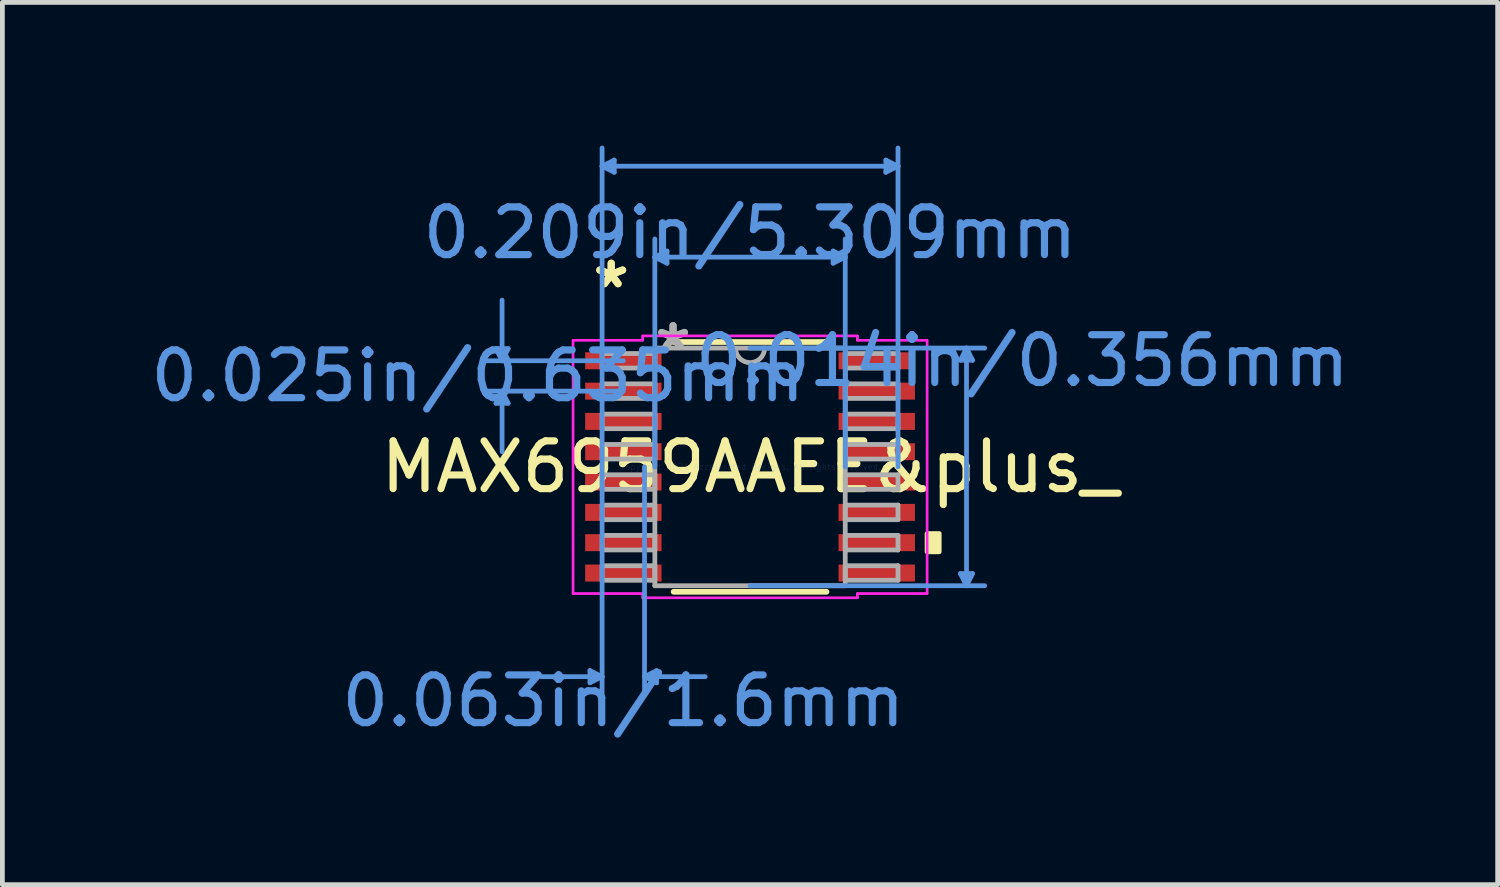
<source format=kicad_pcb>
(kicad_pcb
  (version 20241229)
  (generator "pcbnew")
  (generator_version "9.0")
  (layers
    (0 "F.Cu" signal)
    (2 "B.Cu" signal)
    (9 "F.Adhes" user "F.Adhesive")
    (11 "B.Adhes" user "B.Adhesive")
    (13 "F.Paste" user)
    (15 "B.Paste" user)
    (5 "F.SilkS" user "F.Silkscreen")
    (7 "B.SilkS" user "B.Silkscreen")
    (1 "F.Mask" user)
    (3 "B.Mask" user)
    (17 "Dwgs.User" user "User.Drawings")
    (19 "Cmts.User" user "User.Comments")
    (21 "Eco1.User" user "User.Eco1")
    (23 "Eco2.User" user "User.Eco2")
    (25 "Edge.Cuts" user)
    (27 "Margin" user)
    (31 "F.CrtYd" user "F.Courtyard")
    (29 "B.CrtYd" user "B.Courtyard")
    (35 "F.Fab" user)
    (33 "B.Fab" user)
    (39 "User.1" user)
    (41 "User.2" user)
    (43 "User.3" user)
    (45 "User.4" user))
  (footprint "MAX6959AAEE&plus_"
    (layer "F.Cu")
    (at 12.661 6.73)
    (property "Reference" "MAX6959AAEE&plus_" (at 0 0 0) (layer "F.SilkS") (effects (font (size 1 1) (thickness 0.15))))
    (attr through_hole)
    (fp_line (start -1.601 2.616) (end 1.601 2.616) (stroke (width 0.12) (type solid)) (layer "F.SilkS"))
    (fp_line (start 1.601 -2.616) (end -1.601 -2.616) (stroke (width 0.12) (type solid)) (layer "F.SilkS"))
    (fp_poly (pts (xy 3.962 1.397) (xy 3.962 1.778) (xy 3.708 1.778) (xy 3.708 1.397)) (stroke (width 0.1) (type solid)) (fill yes) (layer "F.SilkS"))
    (fp_line (start -5.321 -2.477) (end -5.067 -2.477) (stroke (width 0.1) (type solid)) (layer "Cmts.User"))
    (fp_line (start -5.321 -1.333) (end -5.067 -1.333) (stroke (width 0.1) (type solid)) (layer "Cmts.User"))
    (fp_line (start -5.194 -2.223) (end -5.321 -2.477) (stroke (width 0.1) (type solid)) (layer "Cmts.User"))
    (fp_line (start -5.194 -2.223) (end -5.194 -3.493) (stroke (width 0.1) (type solid)) (layer "Cmts.User"))
    (fp_line (start -5.194 -2.223) (end -5.067 -2.477) (stroke (width 0.1) (type solid)) (layer "Cmts.User"))
    (fp_line (start -5.194 -1.587) (end -5.321 -1.333) (stroke (width 0.1) (type solid)) (layer "Cmts.User"))
    (fp_line (start -5.194 -1.587) (end -5.194 -0.318) (stroke (width 0.1) (type solid)) (layer "Cmts.User"))
    (fp_line (start -5.194 -1.587) (end -5.067 -1.333) (stroke (width 0.1) (type solid)) (layer "Cmts.User"))
    (fp_line (start -3.353 4.267) (end -3.353 4.521) (stroke (width 0.1) (type solid)) (layer "Cmts.User"))
    (fp_line (start -3.099 -6.299) (end -2.845 -6.426) (stroke (width 0.1) (type solid)) (layer "Cmts.User"))
    (fp_line (start -3.099 -6.299) (end -2.845 -6.172) (stroke (width 0.1) (type solid)) (layer "Cmts.User"))
    (fp_line (start -3.099 -6.299) (end 3.099 -6.299) (stroke (width 0.1) (type solid)) (layer "Cmts.User"))
    (fp_line (start -3.099 0) (end -3.099 -6.68) (stroke (width 0.1) (type solid)) (layer "Cmts.User"))
    (fp_line (start -3.099 0) (end -3.099 4.775) (stroke (width 0.1) (type solid)) (layer "Cmts.User"))
    (fp_line (start -3.099 4.394) (end -4.369 4.394) (stroke (width 0.1) (type solid)) (layer "Cmts.User"))
    (fp_line (start -3.099 4.394) (end -3.353 4.267) (stroke (width 0.1) (type solid)) (layer "Cmts.User"))
    (fp_line (start -3.099 4.394) (end -3.353 4.521) (stroke (width 0.1) (type solid)) (layer "Cmts.User"))
    (fp_line (start -2.845 -6.426) (end -2.845 -6.172) (stroke (width 0.1) (type solid)) (layer "Cmts.User"))
    (fp_line (start -2.654 -2.223) (end -5.575 -2.223) (stroke (width 0.1) (type solid)) (layer "Cmts.User"))
    (fp_line (start -2.654 -1.587) (end -5.575 -1.587) (stroke (width 0.1) (type solid)) (layer "Cmts.User"))
    (fp_line (start -2.21 0) (end -2.21 4.775) (stroke (width 0.1) (type solid)) (layer "Cmts.User"))
    (fp_line (start -2.21 4.394) (end -1.956 4.267) (stroke (width 0.1) (type solid)) (layer "Cmts.User"))
    (fp_line (start -2.21 4.394) (end -1.956 4.521) (stroke (width 0.1) (type solid)) (layer "Cmts.User"))
    (fp_line (start -2.21 4.394) (end -0.94 4.394) (stroke (width 0.1) (type solid)) (layer "Cmts.User"))
    (fp_line (start -1.994 -4.394) (end -1.74 -4.521) (stroke (width 0.1) (type solid)) (layer "Cmts.User"))
    (fp_line (start -1.994 -4.394) (end -1.74 -4.267) (stroke (width 0.1) (type solid)) (layer "Cmts.User"))
    (fp_line (start -1.994 -4.394) (end 1.994 -4.394) (stroke (width 0.1) (type solid)) (layer "Cmts.User"))
    (fp_line (start -1.994 0) (end -1.994 -4.775) (stroke (width 0.1) (type solid)) (layer "Cmts.User"))
    (fp_line (start -1.956 4.267) (end -1.956 4.521) (stroke (width 0.1) (type solid)) (layer "Cmts.User"))
    (fp_line (start -1.74 -4.521) (end -1.74 -4.267) (stroke (width 0.1) (type solid)) (layer "Cmts.User"))
    (fp_line (start 0 -2.489) (end 4.915 -2.489) (stroke (width 0.1) (type solid)) (layer "Cmts.User"))
    (fp_line (start 0 2.489) (end 4.915 2.489) (stroke (width 0.1) (type solid)) (layer "Cmts.User"))
    (fp_line (start 1.74 -4.521) (end 1.74 -4.267) (stroke (width 0.1) (type solid)) (layer "Cmts.User"))
    (fp_line (start 1.994 -4.394) (end 1.74 -4.521) (stroke (width 0.1) (type solid)) (layer "Cmts.User"))
    (fp_line (start 1.994 -4.394) (end 1.74 -4.267) (stroke (width 0.1) (type solid)) (layer "Cmts.User"))
    (fp_line (start 1.994 0) (end 1.994 -4.775) (stroke (width 0.1) (type solid)) (layer "Cmts.User"))
    (fp_line (start 2.845 -6.426) (end 2.845 -6.172) (stroke (width 0.1) (type solid)) (layer "Cmts.User"))
    (fp_line (start 3.099 -6.299) (end 2.845 -6.426) (stroke (width 0.1) (type solid)) (layer "Cmts.User"))
    (fp_line (start 3.099 -6.299) (end 2.845 -6.172) (stroke (width 0.1) (type solid)) (layer "Cmts.User"))
    (fp_line (start 3.099 0) (end 3.099 -6.68) (stroke (width 0.1) (type solid)) (layer "Cmts.User"))
    (fp_line (start 4.407 -2.235) (end 4.661 -2.235) (stroke (width 0.1) (type solid)) (layer "Cmts.User"))
    (fp_line (start 4.407 2.235) (end 4.661 2.235) (stroke (width 0.1) (type solid)) (layer "Cmts.User"))
    (fp_line (start 4.534 -2.489) (end 4.407 -2.235) (stroke (width 0.1) (type solid)) (layer "Cmts.User"))
    (fp_line (start 4.534 -2.489) (end 4.534 2.489) (stroke (width 0.1) (type solid)) (layer "Cmts.User"))
    (fp_line (start 4.534 -2.489) (end 4.661 -2.235) (stroke (width 0.1) (type solid)) (layer "Cmts.User"))
    (fp_line (start 4.534 2.489) (end 4.407 2.235) (stroke (width 0.1) (type solid)) (layer "Cmts.User"))
    (fp_line (start 4.534 2.489) (end 4.661 2.235) (stroke (width 0.1) (type solid)) (layer "Cmts.User"))
    (fp_line (start -3.708 -2.654) (end -2.248 -2.654) (stroke (width 0.05) (type solid)) (layer "F.CrtYd"))
    (fp_line (start -3.708 -2.654) (end -2.248 -2.654) (stroke (width 0.05) (type solid)) (layer "F.CrtYd"))
    (fp_line (start -3.708 2.654) (end -3.708 -2.654) (stroke (width 0.05) (type solid)) (layer "F.CrtYd"))
    (fp_line (start -3.708 2.654) (end -3.708 -2.654) (stroke (width 0.05) (type solid)) (layer "F.CrtYd"))
    (fp_line (start -3.708 2.654) (end -2.248 2.654) (stroke (width 0.05) (type solid)) (layer "F.CrtYd"))
    (fp_line (start -2.248 -2.743) (end 2.248 -2.743) (stroke (width 0.05) (type solid)) (layer "F.CrtYd"))
    (fp_line (start -2.248 -2.743) (end 2.248 -2.743) (stroke (width 0.05) (type solid)) (layer "F.CrtYd"))
    (fp_line (start -2.248 -2.654) (end -2.248 -2.743) (stroke (width 0.05) (type solid)) (layer "F.CrtYd"))
    (fp_line (start -2.248 -2.654) (end -2.248 -2.743) (stroke (width 0.05) (type solid)) (layer "F.CrtYd"))
    (fp_line (start -2.248 2.654) (end -3.708 2.654) (stroke (width 0.05) (type solid)) (layer "F.CrtYd"))
    (fp_line (start -2.248 2.743) (end -2.248 2.654) (stroke (width 0.05) (type solid)) (layer "F.CrtYd"))
    (fp_line (start -2.248 2.743) (end -2.248 2.654) (stroke (width 0.05) (type solid)) (layer "F.CrtYd"))
    (fp_line (start 2.248 -2.743) (end 2.248 -2.654) (stroke (width 0.05) (type solid)) (layer "F.CrtYd"))
    (fp_line (start 2.248 -2.743) (end 2.248 -2.654) (stroke (width 0.05) (type solid)) (layer "F.CrtYd"))
    (fp_line (start 2.248 -2.654) (end 3.708 -2.654) (stroke (width 0.05) (type solid)) (layer "F.CrtYd"))
    (fp_line (start 2.248 2.654) (end 2.248 2.743) (stroke (width 0.05) (type solid)) (layer "F.CrtYd"))
    (fp_line (start 2.248 2.654) (end 2.248 2.743) (stroke (width 0.05) (type solid)) (layer "F.CrtYd"))
    (fp_line (start 2.248 2.743) (end -2.248 2.743) (stroke (width 0.05) (type solid)) (layer "F.CrtYd"))
    (fp_line (start 2.248 2.743) (end -2.248 2.743) (stroke (width 0.05) (type solid)) (layer "F.CrtYd"))
    (fp_line (start 3.708 -2.654) (end 2.248 -2.654) (stroke (width 0.05) (type solid)) (layer "F.CrtYd"))
    (fp_line (start 3.708 -2.654) (end 3.708 2.654) (stroke (width 0.05) (type solid)) (layer "F.CrtYd"))
    (fp_line (start 3.708 -2.654) (end 3.708 2.654) (stroke (width 0.05) (type solid)) (layer "F.CrtYd"))
    (fp_line (start 3.708 2.654) (end 2.248 2.654) (stroke (width 0.05) (type solid)) (layer "F.CrtYd"))
    (fp_line (start 3.708 2.654) (end 2.248 2.654) (stroke (width 0.05) (type solid)) (layer "F.CrtYd"))
    (fp_line (start -3.099 -2.375) (end -3.099 -2.07) (stroke (width 0.1) (type solid)) (layer "F.Fab"))
    (fp_line (start -3.099 -2.07) (end -1.994 -2.07) (stroke (width 0.1) (type solid)) (layer "F.Fab"))
    (fp_line (start -3.099 -1.74) (end -3.099 -1.435) (stroke (width 0.1) (type solid)) (layer "F.Fab"))
    (fp_line (start -3.099 -1.435) (end -1.994 -1.435) (stroke (width 0.1) (type solid)) (layer "F.Fab"))
    (fp_line (start -3.099 -1.105) (end -3.099 -0.8) (stroke (width 0.1) (type solid)) (layer "F.Fab"))
    (fp_line (start -3.099 -0.8) (end -1.994 -0.8) (stroke (width 0.1) (type solid)) (layer "F.Fab"))
    (fp_line (start -3.099 -0.47) (end -3.099 -0.165) (stroke (width 0.1) (type solid)) (layer "F.Fab"))
    (fp_line (start -3.099 -0.165) (end -1.994 -0.165) (stroke (width 0.1) (type solid)) (layer "F.Fab"))
    (fp_line (start -3.099 0.165) (end -3.099 0.47) (stroke (width 0.1) (type solid)) (layer "F.Fab"))
    (fp_line (start -3.099 0.47) (end -1.994 0.47) (stroke (width 0.1) (type solid)) (layer "F.Fab"))
    (fp_line (start -3.099 0.8) (end -3.099 1.105) (stroke (width 0.1) (type solid)) (layer "F.Fab"))
    (fp_line (start -3.099 1.105) (end -1.994 1.105) (stroke (width 0.1) (type solid)) (layer "F.Fab"))
    (fp_line (start -3.099 1.435) (end -3.099 1.74) (stroke (width 0.1) (type solid)) (layer "F.Fab"))
    (fp_line (start -3.099 1.74) (end -1.994 1.74) (stroke (width 0.1) (type solid)) (layer "F.Fab"))
    (fp_line (start -3.099 2.07) (end -3.099 2.375) (stroke (width 0.1) (type solid)) (layer "F.Fab"))
    (fp_line (start -3.099 2.375) (end -1.994 2.375) (stroke (width 0.1) (type solid)) (layer "F.Fab"))
    (fp_line (start -1.994 -2.489) (end -1.994 2.489) (stroke (width 0.1) (type solid)) (layer "F.Fab"))
    (fp_line (start -1.994 -2.375) (end -3.099 -2.375) (stroke (width 0.1) (type solid)) (layer "F.Fab"))
    (fp_line (start -1.994 -2.07) (end -1.994 -2.375) (stroke (width 0.1) (type solid)) (layer "F.Fab"))
    (fp_line (start -1.994 -1.74) (end -3.099 -1.74) (stroke (width 0.1) (type solid)) (layer "F.Fab"))
    (fp_line (start -1.994 -1.435) (end -1.994 -1.74) (stroke (width 0.1) (type solid)) (layer "F.Fab"))
    (fp_line (start -1.994 -1.105) (end -3.099 -1.105) (stroke (width 0.1) (type solid)) (layer "F.Fab"))
    (fp_line (start -1.994 -0.8) (end -1.994 -1.105) (stroke (width 0.1) (type solid)) (layer "F.Fab"))
    (fp_line (start -1.994 -0.47) (end -3.099 -0.47) (stroke (width 0.1) (type solid)) (layer "F.Fab"))
    (fp_line (start -1.994 -0.165) (end -1.994 -0.47) (stroke (width 0.1) (type solid)) (layer "F.Fab"))
    (fp_line (start -1.994 0.165) (end -3.099 0.165) (stroke (width 0.1) (type solid)) (layer "F.Fab"))
    (fp_line (start -1.994 0.47) (end -1.994 0.165) (stroke (width 0.1) (type solid)) (layer "F.Fab"))
    (fp_line (start -1.994 0.8) (end -3.099 0.8) (stroke (width 0.1) (type solid)) (layer "F.Fab"))
    (fp_line (start -1.994 1.105) (end -1.994 0.8) (stroke (width 0.1) (type solid)) (layer "F.Fab"))
    (fp_line (start -1.994 1.435) (end -3.099 1.435) (stroke (width 0.1) (type solid)) (layer "F.Fab"))
    (fp_line (start -1.994 1.74) (end -1.994 1.435) (stroke (width 0.1) (type solid)) (layer "F.Fab"))
    (fp_line (start -1.994 2.07) (end -3.099 2.07) (stroke (width 0.1) (type solid)) (layer "F.Fab"))
    (fp_line (start -1.994 2.375) (end -1.994 2.07) (stroke (width 0.1) (type solid)) (layer "F.Fab"))
    (fp_line (start -1.994 2.489) (end 1.994 2.489) (stroke (width 0.1) (type solid)) (layer "F.Fab"))
    (fp_line (start 1.994 -2.489) (end -1.994 -2.489) (stroke (width 0.1) (type solid)) (layer "F.Fab"))
    (fp_line (start 1.994 -2.375) (end 1.994 -2.07) (stroke (width 0.1) (type solid)) (layer "F.Fab"))
    (fp_line (start 1.994 -2.07) (end 3.099 -2.07) (stroke (width 0.1) (type solid)) (layer "F.Fab"))
    (fp_line (start 1.994 -1.74) (end 1.994 -1.435) (stroke (width 0.1) (type solid)) (layer "F.Fab"))
    (fp_line (start 1.994 -1.435) (end 3.099 -1.435) (stroke (width 0.1) (type solid)) (layer "F.Fab"))
    (fp_line (start 1.994 -1.105) (end 1.994 -0.8) (stroke (width 0.1) (type solid)) (layer "F.Fab"))
    (fp_line (start 1.994 -0.8) (end 3.099 -0.8) (stroke (width 0.1) (type solid)) (layer "F.Fab"))
    (fp_line (start 1.994 -0.47) (end 1.994 -0.165) (stroke (width 0.1) (type solid)) (layer "F.Fab"))
    (fp_line (start 1.994 -0.165) (end 3.099 -0.165) (stroke (width 0.1) (type solid)) (layer "F.Fab"))
    (fp_line (start 1.994 0.165) (end 1.994 0.47) (stroke (width 0.1) (type solid)) (layer "F.Fab"))
    (fp_line (start 1.994 0.47) (end 3.099 0.47) (stroke (width 0.1) (type solid)) (layer "F.Fab"))
    (fp_line (start 1.994 0.8) (end 1.994 1.105) (stroke (width 0.1) (type solid)) (layer "F.Fab"))
    (fp_line (start 1.994 1.105) (end 3.099 1.105) (stroke (width 0.1) (type solid)) (layer "F.Fab"))
    (fp_line (start 1.994 1.435) (end 1.994 1.74) (stroke (width 0.1) (type solid)) (layer "F.Fab"))
    (fp_line (start 1.994 1.74) (end 3.099 1.74) (stroke (width 0.1) (type solid)) (layer "F.Fab"))
    (fp_line (start 1.994 2.07) (end 1.994 2.375) (stroke (width 0.1) (type solid)) (layer "F.Fab"))
    (fp_line (start 1.994 2.375) (end 3.099 2.375) (stroke (width 0.1) (type solid)) (layer "F.Fab"))
    (fp_line (start 1.994 2.489) (end 1.994 -2.489) (stroke (width 0.1) (type solid)) (layer "F.Fab"))
    (fp_line (start 3.099 -2.375) (end 1.994 -2.375) (stroke (width 0.1) (type solid)) (layer "F.Fab"))
    (fp_line (start 3.099 -2.07) (end 3.099 -2.375) (stroke (width 0.1) (type solid)) (layer "F.Fab"))
    (fp_line (start 3.099 -1.74) (end 1.994 -1.74) (stroke (width 0.1) (type solid)) (layer "F.Fab"))
    (fp_line (start 3.099 -1.435) (end 3.099 -1.74) (stroke (width 0.1) (type solid)) (layer "F.Fab"))
    (fp_line (start 3.099 -1.105) (end 1.994 -1.105) (stroke (width 0.1) (type solid)) (layer "F.Fab"))
    (fp_line (start 3.099 -0.8) (end 3.099 -1.105) (stroke (width 0.1) (type solid)) (layer "F.Fab"))
    (fp_line (start 3.099 -0.47) (end 1.994 -0.47) (stroke (width 0.1) (type solid)) (layer "F.Fab"))
    (fp_line (start 3.099 -0.165) (end 3.099 -0.47) (stroke (width 0.1) (type solid)) (layer "F.Fab"))
    (fp_line (start 3.099 0.165) (end 1.994 0.165) (stroke (width 0.1) (type solid)) (layer "F.Fab"))
    (fp_line (start 3.099 0.47) (end 3.099 0.165) (stroke (width 0.1) (type solid)) (layer "F.Fab"))
    (fp_line (start 3.099 0.8) (end 1.994 0.8) (stroke (width 0.1) (type solid)) (layer "F.Fab"))
    (fp_line (start 3.099 1.105) (end 3.099 0.8) (stroke (width 0.1) (type solid)) (layer "F.Fab"))
    (fp_line (start 3.099 1.435) (end 1.994 1.435) (stroke (width 0.1) (type solid)) (layer "F.Fab"))
    (fp_line (start 3.099 1.74) (end 3.099 1.435) (stroke (width 0.1) (type solid)) (layer "F.Fab"))
    (fp_line (start 3.099 2.07) (end 1.994 2.07) (stroke (width 0.1) (type solid)) (layer "F.Fab"))
    (fp_line (start 3.099 2.375) (end 3.099 2.07) (stroke (width 0.1) (type solid)) (layer "F.Fab"))
    (fp_arc (start 0.3048 -2.4892) (mid 0 -2.1844) (end -0.3048 -2.4892) (stroke (width 0.1) (type solid)) (layer "F.Fab"))
    (fp_text user "*" (at -2.908 -3.721 0) (layer "F.SilkS") (effects (font (size 1 1) (thickness 0.15))))
    (fp_text user "*" (at -2.908 -3.721 0) (layer "F.SilkS") (effects (font (size 1 1) (thickness 0.15))))
    (fp_text user "0.209in/5.309mm" (at 0 -4.902 0) (layer "Cmts.User") (effects (font (size 1 1) (thickness 0.15))))
    (fp_text user "0.014in/0.356mm" (at 5.702 -2.223 0) (layer "Cmts.User") (effects (font (size 1 1) (thickness 0.15))))
    (fp_text user "0.025in/0.635mm" (at -5.702 -1.905 0) (layer "Cmts.User") (effects (font (size 1 1) (thickness 0.15))))
    (fp_text user "Copyright 2021 Accelerated Designs. All rights reserved." (at 0 0 0) (layer "Cmts.User") (effects (font (size 0.127 0.127) (thickness 0.002))))
    (fp_text user "0.063in/1.6mm" (at -2.654 4.902 0) (layer "Cmts.User") (effects (font (size 1 1) (thickness 0.15))))
    (fp_text user "*" (at -1.613 -2.413 0) (layer "F.Fab") (effects (font (size 1 1) (thickness 0.15))))
    (fp_text user "*" (at -1.613 -2.413 0) (layer "F.Fab") (effects (font (size 1 1) (thickness 0.15))))
    (pad "1" smd rect (at -2.654 -2.223) (size 1.6 0.356) (layers "F.Cu" "F.Mask" "F.Paste"))
    (pad "2" smd rect (at -2.654 -1.587) (size 1.6 0.356) (layers "F.Cu" "F.Mask" "F.Paste"))
    (pad "3" smd rect (at -2.654 -0.953) (size 1.6 0.356) (layers "F.Cu" "F.Mask" "F.Paste"))
    (pad "4" smd rect (at -2.654 -0.318) (size 1.6 0.356) (layers "F.Cu" "F.Mask" "F.Paste"))
    (pad "5" smd rect (at -2.654 0.318) (size 1.6 0.356) (layers "F.Cu" "F.Mask" "F.Paste"))
    (pad "6" smd rect (at -2.654 0.953) (size 1.6 0.356) (layers "F.Cu" "F.Mask" "F.Paste"))
    (pad "7" smd rect (at -2.654 1.587) (size 1.6 0.356) (layers "F.Cu" "F.Mask" "F.Paste"))
    (pad "8" smd rect (at -2.654 2.223) (size 1.6 0.356) (layers "F.Cu" "F.Mask" "F.Paste"))
    (pad "9" smd rect (at 2.654 2.223) (size 1.6 0.356) (layers "F.Cu" "F.Mask" "F.Paste"))
    (pad "10" smd rect (at 2.654 1.587) (size 1.6 0.356) (layers "F.Cu" "F.Mask" "F.Paste"))
    (pad "11" smd rect (at 2.654 0.953) (size 1.6 0.356) (layers "F.Cu" "F.Mask" "F.Paste"))
    (pad "12" smd rect (at 2.654 0.318) (size 1.6 0.356) (layers "F.Cu" "F.Mask" "F.Paste"))
    (pad "13" smd rect (at 2.654 -0.318) (size 1.6 0.356) (layers "F.Cu" "F.Mask" "F.Paste"))
    (pad "14" smd rect (at 2.654 -0.953) (size 1.6 0.356) (layers "F.Cu" "F.Mask" "F.Paste"))
    (pad "15" smd rect (at 2.654 -1.587) (size 1.6 0.356) (layers "F.Cu" "F.Mask" "F.Paste"))
    (pad "16" smd rect (at 2.654 -2.223) (size 1.6 0.356) (layers "F.Cu" "F.Mask" "F.Paste")))
  (gr_rect
    (start -3 -3)
    (end 28.321 15.481)
    (stroke (width 0.1) (type default))
    (fill no)
    (layer "Edge.Cuts")))
</source>
